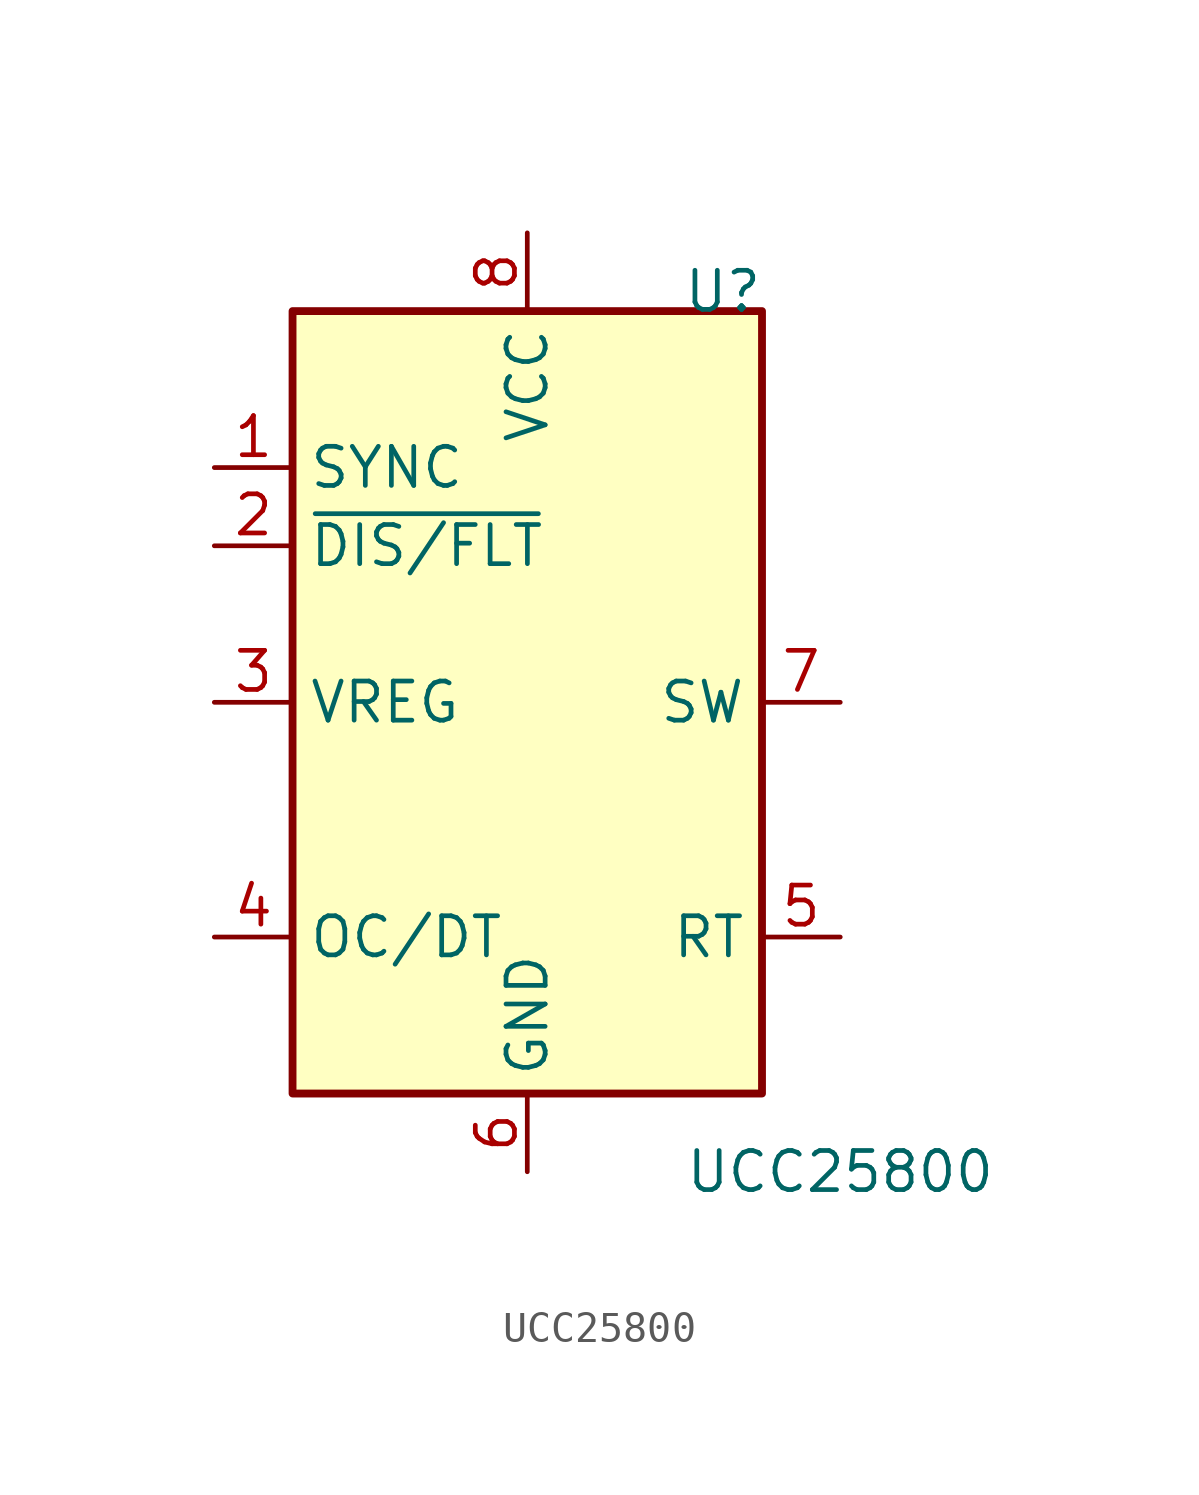
<source format=kicad_sym>
(kicad_symbol_lib
  (version 20220914)
  (generator kicad_symbol_editor)
  (symbol "UCC25800"
    (property "Reference" "U"
      (at 6.35 13.335 0)
      (effects (font (size 1.27 1.27))))
    (property "Value" "UCC25800"
      (at 10.16 -15.24 0)
      (effects (font (size 1.27 1.27))))
    (symbol "UCC25800_0_1"
      (rectangle (start -7.62 12.7) (end 7.62 -12.7) (stroke (width 0.254) (type default)) (fill (type background))))
    (symbol "UCC25800_1_1"
      (pin input line (at -10.16 7.62 0) (length 2.54) (name "SYNC" (effects (font (size 1.27 1.27)))) (number "1" (effects (font (size 1.27 1.27)))))
      (pin bidirectional line (at -10.16 5.08 0) (length 2.54) (name "~{DIS/FLT}" (effects (font (size 1.27 1.27)))) (number "2" (effects (font (size 1.27 1.27)))))
      (pin output line (at -10.16 0 0) (length 2.54) (name "VREG" (effects (font (size 1.27 1.27)))) (number "3" (effects (font (size 1.27 1.27)))))
      (pin input line (at -10.16 -7.62 0) (length 2.54) (name "OC/DT" (effects (font (size 1.27 1.27)))) (number "4" (effects (font (size 1.27 1.27)))))
      (pin passive line (at 10.16 -7.62 180) (length 2.54) (name "RT" (effects (font (size 1.27 1.27)))) (number "5" (effects (font (size 1.27 1.27)))))
      (pin power_in line (at 0 -15.24 90) (length 2.54) (name "GND" (effects (font (size 1.27 1.27)))) (number "6" (effects (font (size 1.27 1.27)))))
      (pin output line (at 10.16 0 180) (length 2.54) (name "SW" (effects (font (size 1.27 1.27)))) (number "7" (effects (font (size 1.27 1.27)))))
      (pin power_in line (at 0 15.24 270) (length 2.54) (name "VCC" (effects (font (size 1.27 1.27)))) (number "8" (effects (font (size 1.27 1.27)))))
      (pin passive line (at 0 -15.24 90) (length 2.54) hide (name "GND" (effects (font (size 1.27 1.27)))) (number "9" (effects (font (size 1.27 1.27))))))))
</source>
